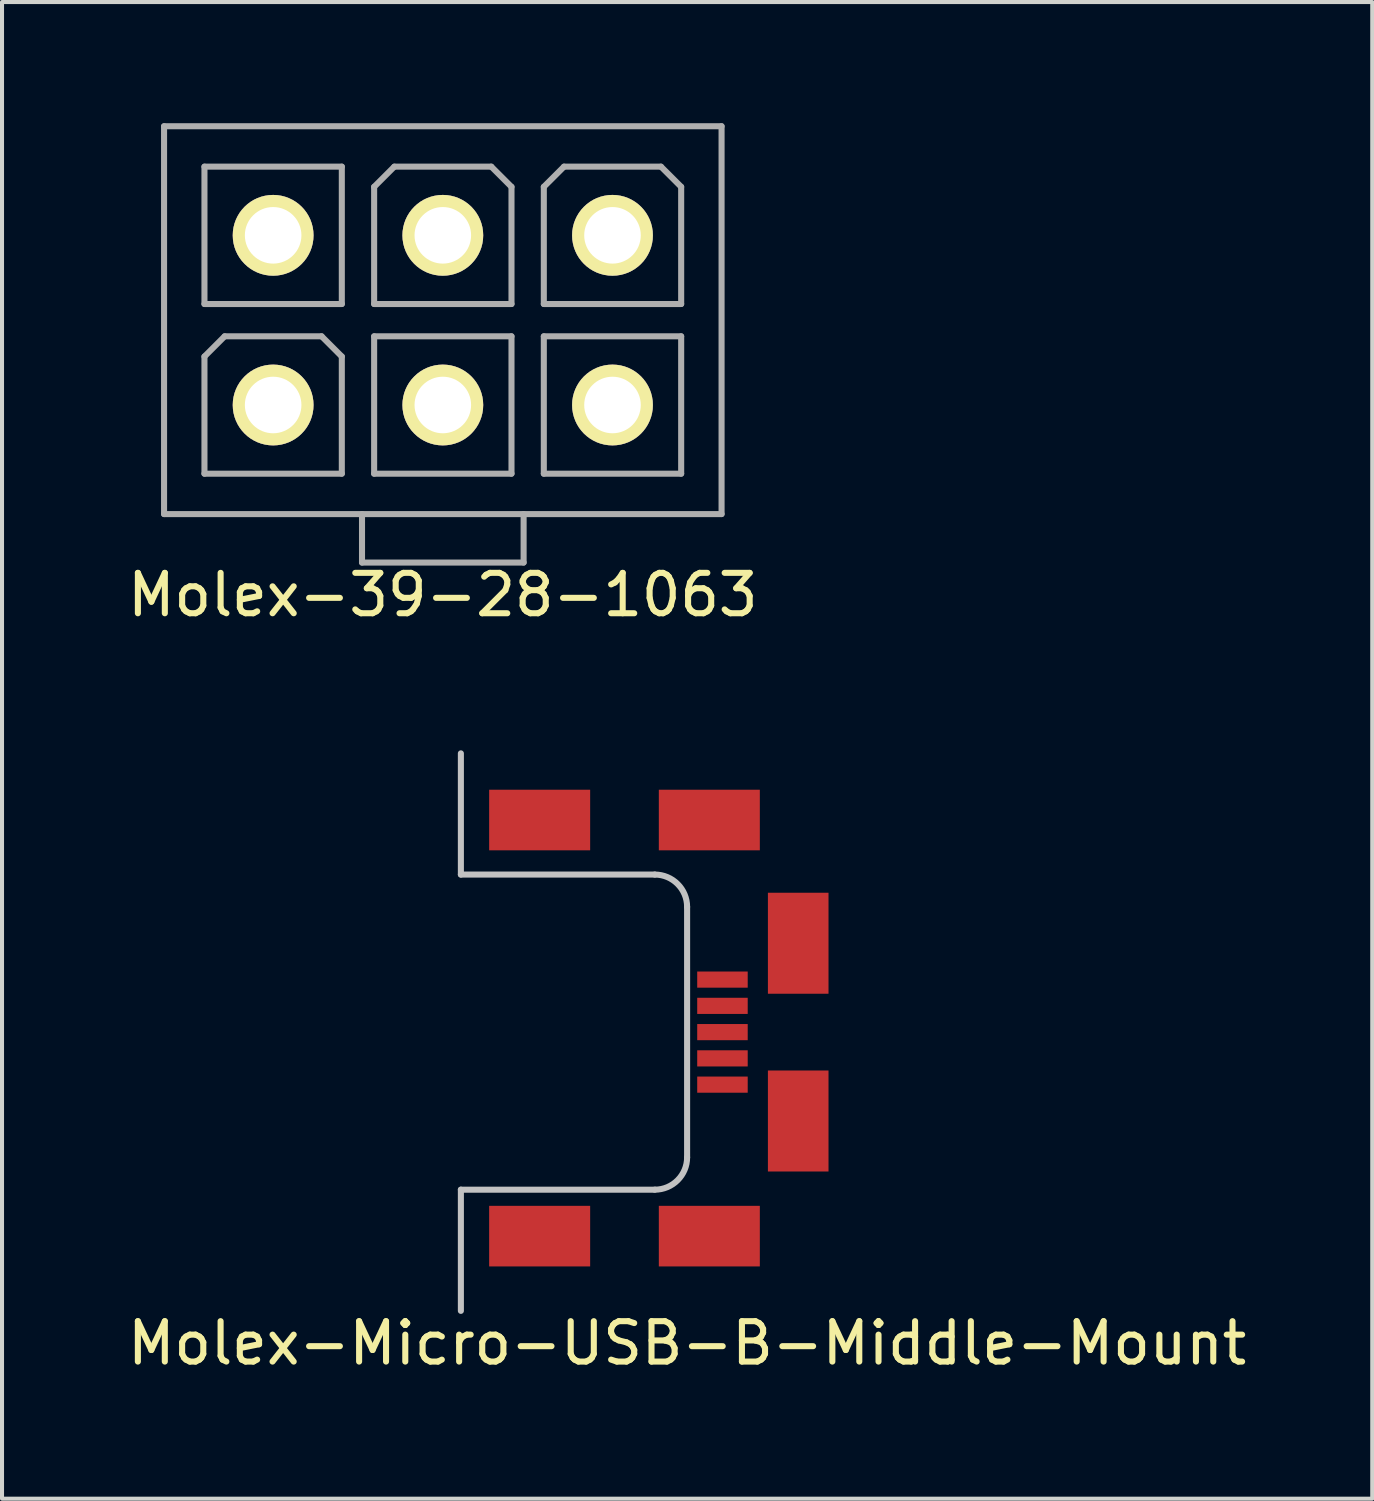
<source format=kicad_pcb>
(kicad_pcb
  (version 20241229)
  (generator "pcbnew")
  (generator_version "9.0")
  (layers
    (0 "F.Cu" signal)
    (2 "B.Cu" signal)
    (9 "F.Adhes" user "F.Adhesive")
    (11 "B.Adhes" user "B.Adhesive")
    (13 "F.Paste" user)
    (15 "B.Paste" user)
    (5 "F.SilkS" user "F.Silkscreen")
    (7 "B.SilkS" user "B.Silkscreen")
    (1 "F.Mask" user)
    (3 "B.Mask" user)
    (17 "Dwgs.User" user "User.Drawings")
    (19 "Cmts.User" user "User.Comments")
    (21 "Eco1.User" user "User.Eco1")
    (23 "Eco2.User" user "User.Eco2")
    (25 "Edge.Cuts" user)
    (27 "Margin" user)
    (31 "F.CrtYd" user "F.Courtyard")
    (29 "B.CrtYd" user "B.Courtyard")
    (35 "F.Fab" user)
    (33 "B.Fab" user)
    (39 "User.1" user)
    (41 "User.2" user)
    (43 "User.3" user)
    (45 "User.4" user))
  (footprint "Molex-39-28-1063"
    (layer "F.Cu")
    (at 7.911 4.875)
    (property "Reference" "Molex-39-28-1063" (at 0 6.8 0) (layer "F.SilkS") (effects (font (size 1 1) (thickness 0.15))))
    (attr through_hole)
    (fp_line (start -6.9 -4.8) (end 6.9 -4.8) (stroke (width 0.15) (type solid)) (layer "F.Fab"))
    (fp_line (start -6.9 4.8) (end -6.9 -4.8) (stroke (width 0.15) (type solid)) (layer "F.Fab"))
    (fp_line (start -5.9 -3.8) (end -2.5 -3.8) (stroke (width 0.15) (type solid)) (layer "F.Fab"))
    (fp_line (start -5.9 -0.4) (end -5.9 -3.8) (stroke (width 0.15) (type solid)) (layer "F.Fab"))
    (fp_line (start -5.9 0.9) (end -5.4 0.4) (stroke (width 0.15) (type solid)) (layer "F.Fab"))
    (fp_line (start -5.9 3.8) (end -5.9 0.9) (stroke (width 0.15) (type solid)) (layer "F.Fab"))
    (fp_line (start -5.4 0.4) (end -3 0.4) (stroke (width 0.15) (type solid)) (layer "F.Fab"))
    (fp_line (start -2.5 -3.8) (end -2.5 -0.4) (stroke (width 0.15) (type solid)) (layer "F.Fab"))
    (fp_line (start -2.5 -0.4) (end -5.9 -0.4) (stroke (width 0.15) (type solid)) (layer "F.Fab"))
    (fp_line (start -2.5 0.9) (end -3 0.4) (stroke (width 0.15) (type solid)) (layer "F.Fab"))
    (fp_line (start -2.5 0.9) (end -2.5 3.8) (stroke (width 0.15) (type solid)) (layer "F.Fab"))
    (fp_line (start -2.5 3.8) (end -5.9 3.8) (stroke (width 0.15) (type solid)) (layer "F.Fab"))
    (fp_line (start -2 4.8) (end -2 6) (stroke (width 0.15) (type solid)) (layer "F.Fab"))
    (fp_line (start -2 6) (end 2 6) (stroke (width 0.15) (type solid)) (layer "F.Fab"))
    (fp_line (start -1.7 -3.3) (end -1.2 -3.8) (stroke (width 0.15) (type solid)) (layer "F.Fab"))
    (fp_line (start -1.7 -0.4) (end -1.7 -3.3) (stroke (width 0.15) (type solid)) (layer "F.Fab"))
    (fp_line (start -1.7 0.4) (end 1.7 0.4) (stroke (width 0.15) (type solid)) (layer "F.Fab"))
    (fp_line (start -1.7 3.8) (end -1.7 0.4) (stroke (width 0.15) (type solid)) (layer "F.Fab"))
    (fp_line (start -1.2 -3.8) (end 1.2 -3.8) (stroke (width 0.15) (type solid)) (layer "F.Fab"))
    (fp_line (start 1.7 -3.3) (end 1.2 -3.8) (stroke (width 0.15) (type solid)) (layer "F.Fab"))
    (fp_line (start 1.7 -3.3) (end 1.7 -0.4) (stroke (width 0.15) (type solid)) (layer "F.Fab"))
    (fp_line (start 1.7 -0.4) (end -1.7 -0.4) (stroke (width 0.15) (type solid)) (layer "F.Fab"))
    (fp_line (start 1.7 0.4) (end 1.7 3.8) (stroke (width 0.15) (type solid)) (layer "F.Fab"))
    (fp_line (start 1.7 3.8) (end -1.7 3.8) (stroke (width 0.15) (type solid)) (layer "F.Fab"))
    (fp_line (start 2 6) (end 2 4.8) (stroke (width 0.15) (type solid)) (layer "F.Fab"))
    (fp_line (start 2.5 -3.3) (end 3 -3.8) (stroke (width 0.15) (type solid)) (layer "F.Fab"))
    (fp_line (start 2.5 -0.4) (end 2.5 -3.3) (stroke (width 0.15) (type solid)) (layer "F.Fab"))
    (fp_line (start 2.5 0.4) (end 5.9 0.4) (stroke (width 0.15) (type solid)) (layer "F.Fab"))
    (fp_line (start 2.5 3.8) (end 2.5 0.4) (stroke (width 0.15) (type solid)) (layer "F.Fab"))
    (fp_line (start 3 -3.8) (end 5.4 -3.8) (stroke (width 0.15) (type solid)) (layer "F.Fab"))
    (fp_line (start 5.9 -3.3) (end 5.4 -3.8) (stroke (width 0.15) (type solid)) (layer "F.Fab"))
    (fp_line (start 5.9 -3.3) (end 5.9 -0.4) (stroke (width 0.15) (type solid)) (layer "F.Fab"))
    (fp_line (start 5.9 -0.4) (end 2.5 -0.4) (stroke (width 0.15) (type solid)) (layer "F.Fab"))
    (fp_line (start 5.9 0.4) (end 5.9 3.8) (stroke (width 0.15) (type solid)) (layer "F.Fab"))
    (fp_line (start 5.9 3.8) (end 2.5 3.8) (stroke (width 0.15) (type solid)) (layer "F.Fab"))
    (fp_line (start 6.9 -4.8) (end 6.9 4.8) (stroke (width 0.15) (type solid)) (layer "F.Fab"))
    (fp_line (start 6.9 4.8) (end -6.9 4.8) (stroke (width 0.15) (type solid)) (layer "F.Fab"))
    (pad "1" thru_hole circle (at -4.2 -2.1) (size 2 2) (drill 1.4) (layers "*.Cu" "*.Mask" "F.SilkS"))
    (pad "2" thru_hole circle (at 0 -2.1) (size 2 2) (drill 1.4) (layers "*.Cu" "*.Mask" "F.SilkS"))
    (pad "3" thru_hole circle (at 4.2 -2.1) (size 2 2) (drill 1.4) (layers "*.Cu" "*.Mask" "F.SilkS"))
    (pad "4" thru_hole circle (at -4.2 2.1) (size 2 2) (drill 1.4) (layers "*.Cu" "*.Mask" "F.SilkS"))
    (pad "5" thru_hole circle (at 0 2.1) (size 2 2) (drill 1.4) (layers "*.Cu" "*.Mask" "F.SilkS"))
    (pad "6" thru_hole circle (at 4.2 2.1) (size 2 2) (drill 1.4) (layers "*.Cu" "*.Mask" "F.SilkS")))
  (footprint "Molex-Micro-USB-B-Middle-Mount"
    (layer "F.Cu")
    (at 13.958 22.498)
    (property "Reference" "Molex-Micro-USB-B-Middle-Mount" (at 0 7.7 180) (layer "F.SilkS") (effects (font (size 1 1) (thickness 0.15))))
    (attr through_hole)
    (fp_line (start -5.6 -6.9) (end -5.6 -3.9) (stroke (width 0.15) (type solid)) (layer "Dwgs.User"))
    (fp_line (start -5.6 -3.9) (end -0.8 -3.9) (stroke (width 0.15) (type solid)) (layer "Dwgs.User"))
    (fp_line (start -5.6 3.9) (end -5.6 6.9) (stroke (width 0.15) (type solid)) (layer "Dwgs.User"))
    (fp_line (start -0.8 3.9) (end -5.6 3.9) (stroke (width 0.15) (type solid)) (layer "Dwgs.User"))
    (fp_line (start 0 -3.1) (end 0 3.1) (stroke (width 0.15) (type solid)) (layer "Dwgs.User"))
    (fp_arc (start -0.8 -3.9) (mid -0.234315 -3.665685) (end 0 -3.1) (stroke (width 0.15) (type solid)) (layer "Dwgs.User"))
    (fp_arc (start 0 3.1) (mid -0.234315 3.665685) (end -0.8 3.9) (stroke (width 0.15) (type solid)) (layer "Dwgs.User"))
    (pad "1" smd rect (at 0.875 -1.3) (size 1.25 0.4) (layers "F.Cu" "F.Mask" "F.Paste"))
    (pad "2" smd rect (at 0.875 -0.65) (size 1.25 0.4) (layers "F.Cu" "F.Mask" "F.Paste"))
    (pad "3" smd rect (at 0.875 0) (size 1.25 0.4) (layers "F.Cu" "F.Mask" "F.Paste"))
    (pad "4" smd rect (at 0.875 0.65) (size 1.25 0.4) (layers "F.Cu" "F.Mask" "F.Paste"))
    (pad "5" smd rect (at 0.875 1.3) (size 1.25 0.4) (layers "F.Cu" "F.Mask" "F.Paste"))
    (pad "6" smd rect (at -3.65 -5.25) (size 2.5 1.5) (layers "F.Cu" "F.Mask" "F.Paste"))
    (pad "6" smd rect (at -3.65 5.05) (size 2.5 1.5) (layers "F.Cu" "F.Mask" "F.Paste"))
    (pad "6" smd rect (at 0.55 -5.25) (size 2.5 1.5) (layers "F.Cu" "F.Mask" "F.Paste"))
    (pad "6" smd rect (at 0.55 5.05) (size 2.5 1.5) (layers "F.Cu" "F.Mask" "F.Paste"))
    (pad "6" smd rect (at 2.75 -2.2 90) (size 2.5 1.5) (layers "F.Cu" "F.Mask" "F.Paste"))
    (pad "6" smd rect (at 2.75 2.2 90) (size 2.5 1.5) (layers "F.Cu" "F.Mask" "F.Paste")))
  (gr_rect
    (start -3 -3)
    (end 30.917 34.047)
    (stroke (width 0.1) (type default))
    (fill no)
    (layer "Edge.Cuts")))
</source>
